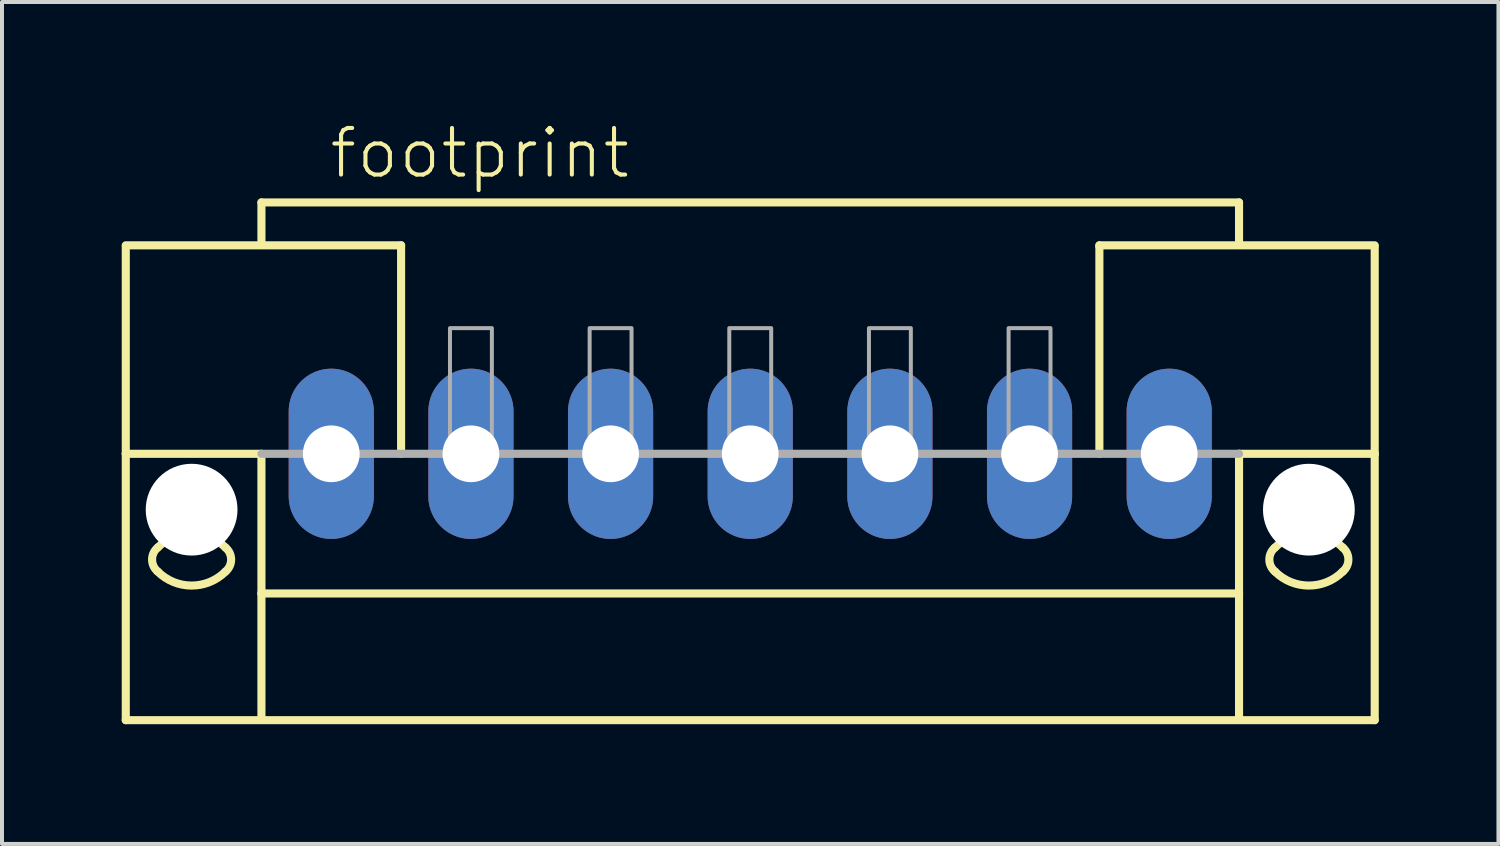
<source format=kicad_pcb>
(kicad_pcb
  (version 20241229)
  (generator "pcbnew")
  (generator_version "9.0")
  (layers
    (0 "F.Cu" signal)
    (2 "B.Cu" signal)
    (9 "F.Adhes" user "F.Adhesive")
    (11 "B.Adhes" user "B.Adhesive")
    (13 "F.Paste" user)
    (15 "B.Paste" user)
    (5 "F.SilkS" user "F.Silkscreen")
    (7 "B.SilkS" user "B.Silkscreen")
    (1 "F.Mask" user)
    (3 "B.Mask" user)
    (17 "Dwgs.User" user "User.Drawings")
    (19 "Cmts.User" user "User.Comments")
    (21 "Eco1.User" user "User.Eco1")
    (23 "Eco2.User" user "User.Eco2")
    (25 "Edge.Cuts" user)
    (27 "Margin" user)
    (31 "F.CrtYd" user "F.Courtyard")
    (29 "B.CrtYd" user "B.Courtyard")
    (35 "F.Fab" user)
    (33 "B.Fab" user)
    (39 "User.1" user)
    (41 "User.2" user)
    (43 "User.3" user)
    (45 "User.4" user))
  (footprint "footprint"
    (layer "F.Cu")
    (at 15.752 8.323)
    (property "Reference" "footprint" (at -10.6 -6.85 0) (layer "F.SilkS") (effects (font (size 1.168 1.168) (thickness 0.102)) (justify left bottom)))
    (fp_line (start -15.65 -5.225) (end -8.75 -5.225) (stroke (width 0.203) (type solid)) (layer "F.SilkS"))
    (fp_line (start -15.65 -5.2) (end -15.65 0) (stroke (width 0.203) (type solid)) (layer "F.SilkS"))
    (fp_line (start -15.65 0) (end -15.65 6.675) (stroke (width 0.203) (type solid)) (layer "F.SilkS"))
    (fp_line (start -15.65 0) (end -12.25 0) (stroke (width 0.203) (type solid)) (layer "F.SilkS"))
    (fp_line (start -15.65 6.675) (end 15.65 6.675) (stroke (width 0.203) (type solid)) (layer "F.SilkS"))
    (fp_line (start -12.25 -6.3) (end 12.25 -6.3) (stroke (width 0.203) (type solid)) (layer "F.SilkS"))
    (fp_line (start -12.25 -5.3) (end -12.25 -6.3) (stroke (width 0.203) (type solid)) (layer "F.SilkS"))
    (fp_line (start -12.25 0) (end -12.25 3.5) (stroke (width 0.203) (type solid)) (layer "F.SilkS"))
    (fp_line (start -12.25 3.5) (end 12.25 3.5) (stroke (width 0.203) (type solid)) (layer "F.SilkS"))
    (fp_line (start -12.25 6.65) (end -12.25 3.5) (stroke (width 0.203) (type solid)) (layer "F.SilkS"))
    (fp_line (start -8.75 -5.225) (end -8.75 -5.2) (stroke (width 0.203) (type solid)) (layer "F.SilkS"))
    (fp_line (start -8.75 -5.175) (end -8.75 0) (stroke (width 0.203) (type solid)) (layer "F.SilkS"))
    (fp_line (start 8.75 -5.225) (end 15.65 -5.225) (stroke (width 0.203) (type solid)) (layer "F.SilkS"))
    (fp_line (start 8.75 -5.2) (end 8.75 -5.225) (stroke (width 0.203) (type solid)) (layer "F.SilkS"))
    (fp_line (start 8.75 0) (end 8.75 -5.175) (stroke (width 0.203) (type solid)) (layer "F.SilkS"))
    (fp_line (start 12.25 -6.3) (end 12.25 -5.3) (stroke (width 0.203) (type solid)) (layer "F.SilkS"))
    (fp_line (start 12.25 3.5) (end 12.25 0) (stroke (width 0.203) (type solid)) (layer "F.SilkS"))
    (fp_line (start 12.25 6.65) (end 12.25 3.5) (stroke (width 0.203) (type solid)) (layer "F.SilkS"))
    (fp_line (start 15.65 0) (end 12.25 0) (stroke (width 0.203) (type solid)) (layer "F.SilkS"))
    (fp_line (start 15.65 0) (end 15.65 -5.2) (stroke (width 0.203) (type solid)) (layer "F.SilkS"))
    (fp_line (start 15.65 6.675) (end 15.65 0) (stroke (width 0.203) (type solid)) (layer "F.SilkS"))
    (fp_arc (start -14.85 2.35) (mid -14 1.997918) (end -13.15 2.35) (stroke (width 0.2032) (type solid)) (layer "F.SilkS"))
    (fp_arc (start -14.85 2.95) (mid -14.990512 2.65) (end -14.85 2.35) (stroke (width 0.2032) (type solid)) (layer "F.SilkS"))
    (fp_arc (start -13.15 2.95) (mid -14 3.302082) (end -14.85 2.95) (stroke (width 0.2032) (type solid)) (layer "F.SilkS"))
    (fp_arc (start -13.149999 2.350001) (mid -13.009487 2.650001) (end -13.15 2.95) (stroke (width 0.2032) (type solid)) (layer "F.SilkS"))
    (fp_arc (start 13.149999 2.949999) (mid 13.009487 2.649999) (end 13.15 2.35) (stroke (width 0.2032) (type solid)) (layer "F.SilkS"))
    (fp_arc (start 13.15 2.35) (mid 14 1.997918) (end 14.85 2.35) (stroke (width 0.2032) (type solid)) (layer "F.SilkS"))
    (fp_arc (start 14.85 2.35) (mid 14.990512 2.65) (end 14.85 2.95) (stroke (width 0.2032) (type solid)) (layer "F.SilkS"))
    (fp_arc (start 14.85 2.95) (mid 14 3.302082) (end 13.15 2.95) (stroke (width 0.2032) (type solid)) (layer "F.SilkS"))
    (fp_line (start 12.25 0) (end -12.25 0) (stroke (width 0.203) (type solid)) (layer "F.Fab"))
    (fp_poly (pts (xy -7.525 0) (xy -6.475 0) (xy -6.475 -3.15) (xy -7.525 -3.15)) (stroke (width 0.1) (type solid)) (fill no) (layer "F.Fab"))
    (fp_poly (pts (xy -4.025 0) (xy -2.975 0) (xy -2.975 -3.15) (xy -4.025 -3.15)) (stroke (width 0.1) (type solid)) (fill no) (layer "F.Fab"))
    (fp_poly (pts (xy -0.525 0) (xy 0.525 0) (xy 0.525 -3.15) (xy -0.525 -3.15)) (stroke (width 0.1) (type solid)) (fill no) (layer "F.Fab"))
    (fp_poly (pts (xy 2.975 0) (xy 4.025 0) (xy 4.025 -3.15) (xy 2.975 -3.15)) (stroke (width 0.1) (type solid)) (fill no) (layer "F.Fab"))
    (fp_poly (pts (xy 6.475 0) (xy 7.525 0) (xy 7.525 -3.15) (xy 6.475 -3.15)) (stroke (width 0.1) (type solid)) (fill no) (layer "F.Fab"))
    (pad "" np_thru_hole circle (at -14 1.4) (size 2.3 2.3) (drill 2.3) (layers "*.Cu" "*.Mask"))
    (pad "" np_thru_hole circle (at 14 1.4) (size 2.3 2.3) (drill 2.3) (layers "*.Cu" "*.Mask"))
    (pad "1" thru_hole oval (at -10.5 0 90) (size 4.267 2.134) (drill 1.422) (layers "*.Cu" "*.Mask"))
    (pad "2" thru_hole oval (at -7 0 90) (size 4.267 2.134) (drill 1.422) (layers "*.Cu" "*.Mask"))
    (pad "3" thru_hole oval (at -3.5 0 90) (size 4.267 2.134) (drill 1.422) (layers "*.Cu" "*.Mask"))
    (pad "4" thru_hole oval (at 0 0 90) (size 4.267 2.134) (drill 1.422) (layers "*.Cu" "*.Mask"))
    (pad "5" thru_hole oval (at 3.5 0 90) (size 4.267 2.134) (drill 1.422) (layers "*.Cu" "*.Mask"))
    (pad "6" thru_hole oval (at 7 0 90) (size 4.267 2.134) (drill 1.422) (layers "*.Cu" "*.Mask"))
    (pad "7" thru_hole oval (at 10.5 0 90) (size 4.267 2.134) (drill 1.422) (layers "*.Cu" "*.Mask")))
  (gr_rect
    (start -3 -3)
    (end 34.503 18.1)
    (stroke (width 0.1) (type default))
    (fill no)
    (layer "Edge.Cuts")))
</source>
